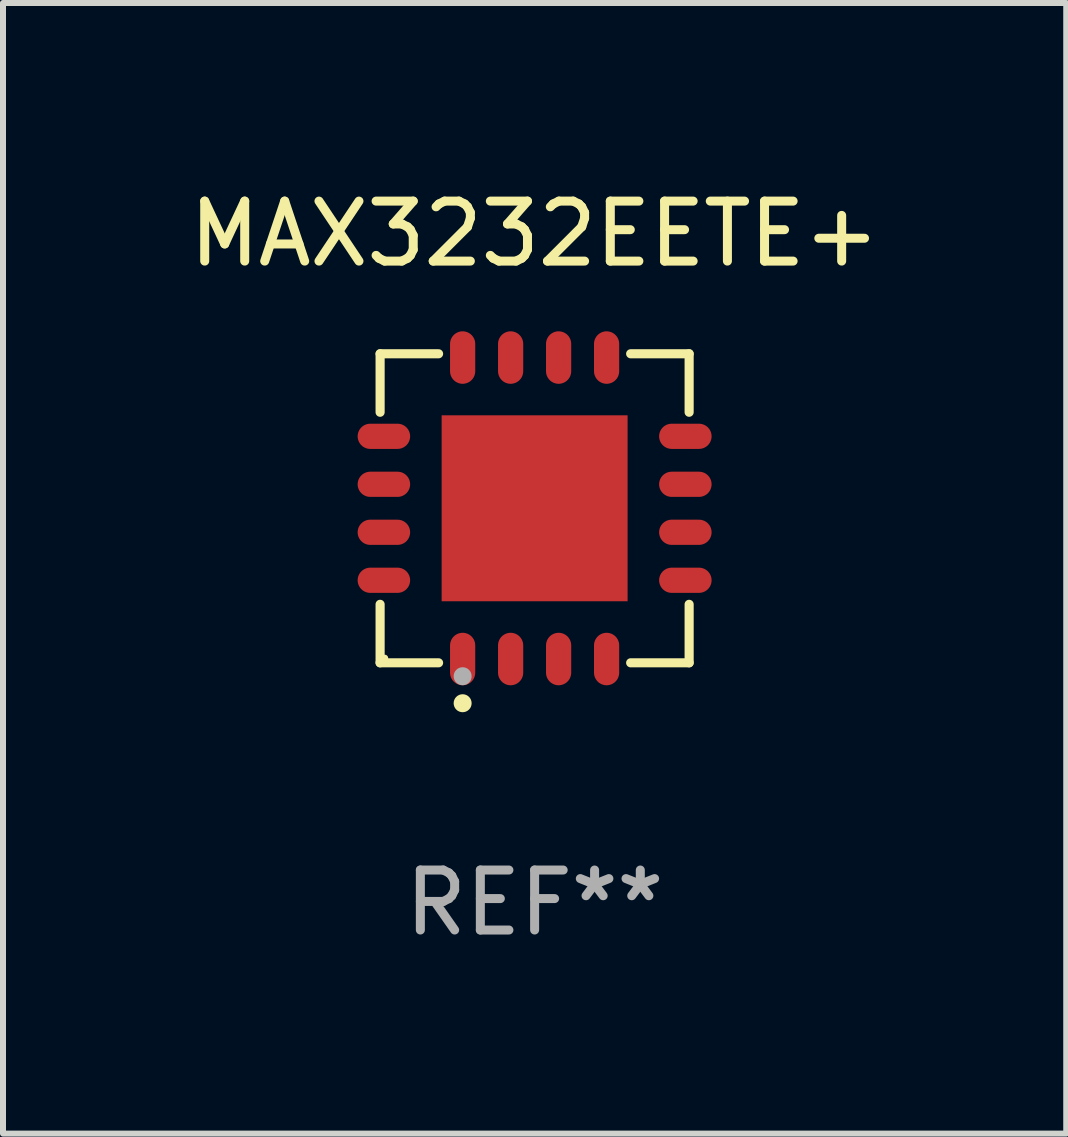
<source format=kicad_pcb>
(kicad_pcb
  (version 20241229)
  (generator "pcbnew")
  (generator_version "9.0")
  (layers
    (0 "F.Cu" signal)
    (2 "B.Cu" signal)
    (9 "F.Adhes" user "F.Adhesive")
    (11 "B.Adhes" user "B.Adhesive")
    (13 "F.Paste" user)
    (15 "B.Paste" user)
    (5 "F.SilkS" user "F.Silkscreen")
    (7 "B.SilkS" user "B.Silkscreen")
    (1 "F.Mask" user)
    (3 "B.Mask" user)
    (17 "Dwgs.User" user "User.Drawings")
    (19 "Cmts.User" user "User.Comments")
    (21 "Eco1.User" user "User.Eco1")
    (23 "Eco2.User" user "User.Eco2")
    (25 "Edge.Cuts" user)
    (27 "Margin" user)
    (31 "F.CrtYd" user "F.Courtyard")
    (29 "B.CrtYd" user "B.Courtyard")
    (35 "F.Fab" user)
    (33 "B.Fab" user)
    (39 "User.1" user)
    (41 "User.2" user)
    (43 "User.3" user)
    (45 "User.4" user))
  (footprint "MAX3232EETE+"
    (layer "F.Cu")
    (at 5.863 5.424)
    (property "Reference" "MAX3232EETE+" (at 0 -4.576 0) (layer "F.SilkS") (effects (font (size 1 1) (thickness 0.15))))
    (attr through_hole)
    (fp_line (start -2.576 -2.576) (end -1.601 -2.576) (stroke (width 0.152) (type solid)) (layer "F.SilkS"))
    (fp_line (start -2.576 -1.601) (end -2.576 -2.576) (stroke (width 0.152) (type solid)) (layer "F.SilkS"))
    (fp_line (start -2.576 1.601) (end -2.576 2.576) (stroke (width 0.152) (type solid)) (layer "F.SilkS"))
    (fp_line (start -2.576 2.576) (end -1.601 2.576) (stroke (width 0.152) (type solid)) (layer "F.SilkS"))
    (fp_line (start 2.576 -2.576) (end 1.601 -2.576) (stroke (width 0.152) (type solid)) (layer "F.SilkS"))
    (fp_line (start 2.576 -1.601) (end 2.576 -2.576) (stroke (width 0.152) (type solid)) (layer "F.SilkS"))
    (fp_line (start 2.576 1.601) (end 2.576 2.576) (stroke (width 0.152) (type solid)) (layer "F.SilkS"))
    (fp_line (start 2.576 2.576) (end 1.601 2.576) (stroke (width 0.152) (type solid)) (layer "F.SilkS"))
    (fp_circle (center -2.5 2.5) (end -2.47 2.5) (stroke (width 0.06) (type solid)) (fill no) (layer "F.SilkS"))
    (fp_circle (center -1.2 3.25) (end -1.125 3.25) (stroke (width 0.15) (type solid)) (fill no) (layer "F.SilkS"))
    (fp_circle (center -1.2 2.8) (end -1.125 2.8) (stroke (width 0.15) (type solid)) (fill no) (layer "F.Fab"))
    (fp_text user "REF**" (at 0 6.576 0) (layer "F.Fab") (effects (font (size 1 1) (thickness 0.15))))
    (pad "1" smd oval (at -1.2 2.513) (size 0.42 0.875) (layers "F.Cu" "F.Mask" "F.Paste"))
    (pad "2" smd oval (at -0.4 2.513) (size 0.42 0.875) (layers "F.Cu" "F.Mask" "F.Paste"))
    (pad "3" smd oval (at 0.4 2.513) (size 0.42 0.875) (layers "F.Cu" "F.Mask" "F.Paste"))
    (pad "4" smd oval (at 1.2 2.513) (size 0.42 0.875) (layers "F.Cu" "F.Mask" "F.Paste"))
    (pad "5" smd oval (at 2.513 1.2) (size 0.875 0.42) (layers "F.Cu" "F.Mask" "F.Paste"))
    (pad "6" smd oval (at 2.513 0.4) (size 0.875 0.42) (layers "F.Cu" "F.Mask" "F.Paste"))
    (pad "7" smd oval (at 2.513 -0.4) (size 0.875 0.42) (layers "F.Cu" "F.Mask" "F.Paste"))
    (pad "8" smd oval (at 2.513 -1.2) (size 0.875 0.42) (layers "F.Cu" "F.Mask" "F.Paste"))
    (pad "9" smd oval (at 1.2 -2.513) (size 0.42 0.875) (layers "F.Cu" "F.Mask" "F.Paste"))
    (pad "10" smd oval (at 0.4 -2.513) (size 0.42 0.875) (layers "F.Cu" "F.Mask" "F.Paste"))
    (pad "11" smd oval (at -0.4 -2.513) (size 0.42 0.875) (layers "F.Cu" "F.Mask" "F.Paste"))
    (pad "12" smd oval (at -1.2 -2.513) (size 0.42 0.875) (layers "F.Cu" "F.Mask" "F.Paste"))
    (pad "13" smd oval (at -2.513 -1.2) (size 0.875 0.42) (layers "F.Cu" "F.Mask" "F.Paste"))
    (pad "14" smd oval (at -2.513 -0.4) (size 0.875 0.42) (layers "F.Cu" "F.Mask" "F.Paste"))
    (pad "15" smd oval (at -2.513 0.4) (size 0.875 0.42) (layers "F.Cu" "F.Mask" "F.Paste"))
    (pad "16" smd oval (at -2.513 1.2) (size 0.875 0.42) (layers "F.Cu" "F.Mask" "F.Paste"))
    (pad "17" smd rect (at 0 0) (size 3.1 3.1) (layers "F.Cu" "F.Mask" "F.Paste")))
  (gr_rect
    (start -3 -3)
    (end 14.726 15.849)
    (stroke (width 0.1) (type default))
    (fill no)
    (layer "Edge.Cuts")))
</source>
